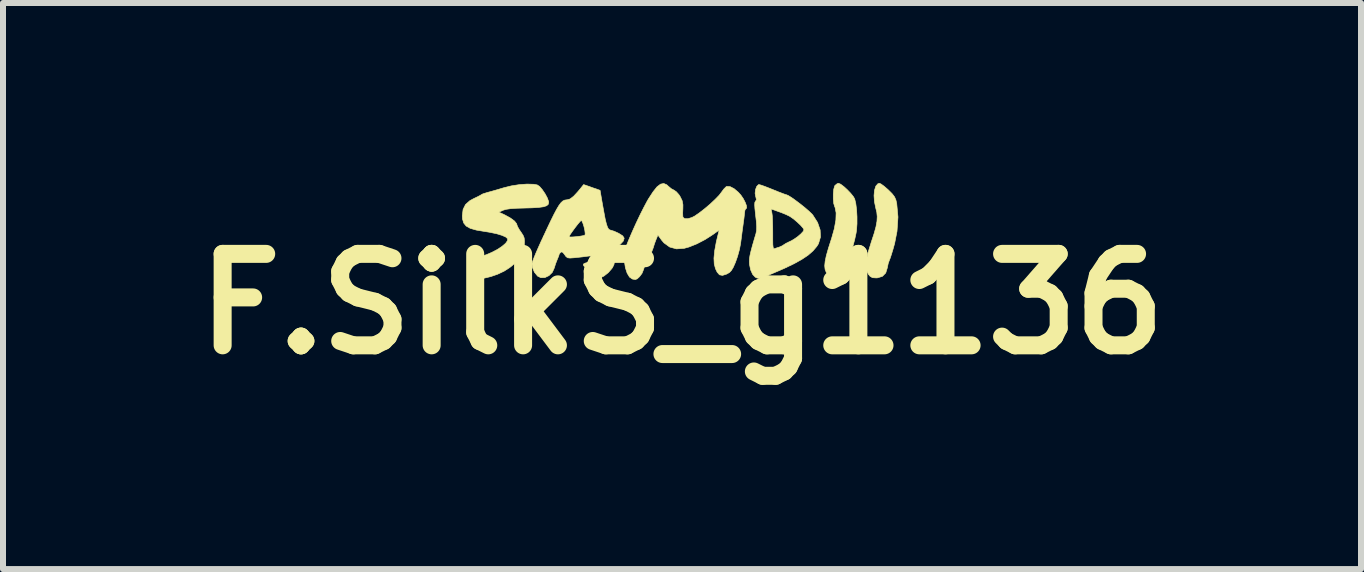
<source format=kicad_pcb>
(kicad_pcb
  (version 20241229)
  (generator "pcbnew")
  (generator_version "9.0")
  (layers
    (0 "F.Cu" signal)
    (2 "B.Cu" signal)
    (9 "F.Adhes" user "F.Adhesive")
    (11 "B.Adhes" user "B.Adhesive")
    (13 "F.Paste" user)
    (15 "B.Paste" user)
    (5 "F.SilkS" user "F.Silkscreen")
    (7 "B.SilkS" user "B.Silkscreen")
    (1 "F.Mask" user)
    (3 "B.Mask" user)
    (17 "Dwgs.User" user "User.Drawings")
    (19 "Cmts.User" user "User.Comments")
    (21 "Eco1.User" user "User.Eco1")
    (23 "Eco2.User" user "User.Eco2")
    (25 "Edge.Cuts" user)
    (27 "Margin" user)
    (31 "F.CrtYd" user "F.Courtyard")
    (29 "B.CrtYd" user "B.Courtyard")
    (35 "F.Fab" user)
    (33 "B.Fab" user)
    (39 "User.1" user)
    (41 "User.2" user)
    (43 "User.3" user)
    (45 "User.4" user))
  (footprint "F.SilkS_g1136"
    (layer "F.Cu")
    (at 8.317 2.016)
    (property "Reference" "F.SilkS_g1136" (at 0 0 0) (layer "F.SilkS") (effects (font (size 1.524 1.524) (thickness 0.3))))
    (attr through_hole)
    (fp_poly (pts (xy 3.32 -1.997) (xy 3.369 -1.961) (xy 3.429 -1.909) (xy 3.439 -1.9) (xy 3.502 -1.837) (xy 3.541 -1.786) (xy 3.564 -1.735) (xy 3.578 -1.675) (xy 3.599 -1.449) (xy 3.583 -1.211) (xy 3.543 -1.007) (xy 3.516 -0.911) (xy 3.49 -0.826) (xy 3.469 -0.762) (xy 3.459 -0.738) (xy 3.437 -0.678) (xy 3.422 -0.607) (xy 3.422 -0.604) (xy 3.395 -0.517) (xy 3.339 -0.46) (xy 3.256 -0.435) (xy 3.237 -0.434) (xy 3.175 -0.438) (xy 3.135 -0.46) (xy 3.106 -0.495) (xy 3.076 -0.556) (xy 3.064 -0.632) (xy 3.072 -0.73) (xy 3.099 -0.853) (xy 3.147 -1.008) (xy 3.152 -1.025) (xy 3.2 -1.17) (xy 3.232 -1.285) (xy 3.249 -1.378) (xy 3.253 -1.456) (xy 3.246 -1.529) (xy 3.229 -1.597) (xy 3.207 -1.704) (xy 3.2 -1.806) (xy 3.208 -1.895) (xy 3.23 -1.964) (xy 3.265 -2.004) (xy 3.292 -2.011) (xy 3.32 -1.997)) (stroke (width 0.01) (type solid)) (fill yes) (layer "F.SilkS"))
    (fp_poly (pts (xy 2.644 -1.996) (xy 2.697 -1.956) (xy 2.756 -1.902) (xy 2.812 -1.843) (xy 2.857 -1.787) (xy 2.878 -1.749) (xy 2.896 -1.674) (xy 2.909 -1.571) (xy 2.916 -1.453) (xy 2.916 -1.335) (xy 2.908 -1.229) (xy 2.901 -1.182) (xy 2.878 -1.075) (xy 2.848 -0.961) (xy 2.816 -0.852) (xy 2.785 -0.76) (xy 2.759 -0.7) (xy 2.737 -0.64) (xy 2.73 -0.593) (xy 2.717 -0.537) (xy 2.689 -0.487) (xy 2.635 -0.447) (xy 2.564 -0.431) (xy 2.492 -0.442) (xy 2.436 -0.478) (xy 2.434 -0.481) (xy 2.403 -0.528) (xy 2.384 -0.577) (xy 2.378 -0.636) (xy 2.385 -0.71) (xy 2.405 -0.806) (xy 2.44 -0.929) (xy 2.49 -1.085) (xy 2.492 -1.09) (xy 2.538 -1.254) (xy 2.564 -1.398) (xy 2.568 -1.518) (xy 2.551 -1.607) (xy 2.543 -1.625) (xy 2.528 -1.676) (xy 2.521 -1.751) (xy 2.521 -1.834) (xy 2.528 -1.91) (xy 2.543 -1.964) (xy 2.548 -1.974) (xy 2.585 -2.004) (xy 2.609 -2.011) (xy 2.644 -1.996)) (stroke (width 0.01) (type solid)) (fill yes) (layer "F.SilkS"))
    (fp_poly (pts (xy -2.475 -1.995) (xy -2.413 -1.984) (xy -2.374 -1.958) (xy -2.328 -1.904) (xy -2.282 -1.836) (xy -2.245 -1.767) (xy -2.224 -1.709) (xy -2.223 -1.692) (xy -2.23 -1.66) (xy -2.257 -1.637) (xy -2.308 -1.62) (xy -2.388 -1.609) (xy -2.501 -1.602) (xy -2.612 -1.599) (xy -2.754 -1.595) (xy -2.859 -1.588) (xy -2.934 -1.577) (xy -2.982 -1.562) (xy -3.053 -1.53) (xy -2.95 -1.482) (xy -2.858 -1.431) (xy -2.791 -1.381) (xy -2.756 -1.336) (xy -2.752 -1.319) (xy -2.74 -1.287) (xy -2.71 -1.235) (xy -2.686 -1.201) (xy -2.65 -1.146) (xy -2.631 -1.1) (xy -2.626 -1.043) (xy -2.629 -0.98) (xy -2.644 -0.883) (xy -2.68 -0.8) (xy -2.741 -0.72) (xy -2.835 -0.636) (xy -2.869 -0.609) (xy -2.965 -0.547) (xy -3.073 -0.496) (xy -3.185 -0.457) (xy -3.293 -0.431) (xy -3.391 -0.42) (xy -3.47 -0.427) (xy -3.523 -0.451) (xy -3.536 -0.467) (xy -3.556 -0.527) (xy -3.567 -0.603) (xy -3.568 -0.679) (xy -3.558 -0.736) (xy -3.555 -0.743) (xy -3.53 -0.769) (xy -3.483 -0.781) (xy -3.432 -0.783) (xy -3.354 -0.793) (xy -3.264 -0.82) (xy -3.17 -0.86) (xy -3.08 -0.907) (xy -3.001 -0.959) (xy -2.941 -1.01) (xy -2.908 -1.056) (xy -2.906 -1.087) (xy -2.937 -1.115) (xy -3.002 -1.144) (xy -3.097 -1.172) (xy -3.213 -1.196) (xy -3.289 -1.208) (xy -3.427 -1.231) (xy -3.529 -1.26) (xy -3.598 -1.299) (xy -3.639 -1.35) (xy -3.659 -1.417) (xy -3.662 -1.469) (xy -3.649 -1.576) (xy -3.608 -1.658) (xy -3.534 -1.723) (xy -3.47 -1.757) (xy -3.407 -1.787) (xy -3.361 -1.811) (xy -3.344 -1.822) (xy -3.319 -1.835) (xy -3.268 -1.851) (xy -3.249 -1.857) (xy -3.19 -1.873) (xy -3.105 -1.897) (xy -3.01 -1.925) (xy -2.974 -1.936) (xy -2.845 -1.968) (xy -2.711 -1.989) (xy -2.584 -1.998) (xy -2.475 -1.995)) (stroke (width 0.01) (type solid)) (fill yes) (layer "F.SilkS"))
    (fp_poly (pts (xy 1.314 -1.982) (xy 1.374 -1.961) (xy 1.454 -1.93) (xy 1.516 -1.905) (xy 1.602 -1.87) (xy 1.675 -1.842) (xy 1.724 -1.824) (xy 1.74 -1.82) (xy 1.771 -1.807) (xy 1.826 -1.773) (xy 1.896 -1.723) (xy 1.973 -1.665) (xy 2.049 -1.604) (xy 2.116 -1.546) (xy 2.165 -1.499) (xy 2.179 -1.483) (xy 2.259 -1.358) (xy 2.302 -1.233) (xy 2.307 -1.114) (xy 2.274 -1.004) (xy 2.246 -0.959) (xy 2.183 -0.885) (xy 2.102 -0.814) (xy 1.998 -0.744) (xy 1.867 -0.671) (xy 1.704 -0.593) (xy 1.526 -0.516) (xy 1.424 -0.473) (xy 1.353 -0.446) (xy 1.305 -0.431) (xy 1.271 -0.428) (xy 1.245 -0.434) (xy 1.22 -0.447) (xy 1.177 -0.493) (xy 1.143 -0.569) (xy 1.124 -0.661) (xy 1.122 -0.706) (xy 1.124 -0.753) (xy 1.132 -0.807) (xy 1.148 -0.877) (xy 1.172 -0.968) (xy 1.207 -1.089) (xy 1.231 -1.169) (xy 1.242 -1.221) (xy 1.244 -1.288) (xy 1.238 -1.38) (xy 1.227 -1.472) (xy 1.216 -1.578) (xy 1.215 -1.584) (xy 1.483 -1.584) (xy 1.498 -1.517) (xy 1.504 -1.47) (xy 1.508 -1.392) (xy 1.511 -1.293) (xy 1.512 -1.184) (xy 1.512 -1.179) (xy 1.512 -1.068) (xy 1.513 -0.992) (xy 1.518 -0.946) (xy 1.525 -0.925) (xy 1.537 -0.92) (xy 1.544 -0.922) (xy 1.593 -0.94) (xy 1.619 -0.947) (xy 1.671 -0.97) (xy 1.693 -0.985) (xy 1.734 -1.011) (xy 1.791 -1.039) (xy 1.801 -1.043) (xy 1.86 -1.075) (xy 1.924 -1.119) (xy 1.98 -1.167) (xy 2.02 -1.21) (xy 2.032 -1.236) (xy 2.017 -1.265) (xy 1.977 -1.311) (xy 1.921 -1.364) (xy 1.861 -1.415) (xy 1.804 -1.455) (xy 1.789 -1.464) (xy 1.733 -1.491) (xy 1.657 -1.522) (xy 1.604 -1.541) (xy 1.483 -1.584) (xy 1.215 -1.584) (xy 1.211 -1.649) (xy 1.213 -1.691) (xy 1.223 -1.711) (xy 1.225 -1.713) (xy 1.24 -1.737) (xy 1.23 -1.783) (xy 1.228 -1.788) (xy 1.218 -1.845) (xy 1.225 -1.907) (xy 1.245 -1.959) (xy 1.273 -1.988) (xy 1.282 -1.99) (xy 1.314 -1.982)) (stroke (width 0.01) (type solid)) (fill yes) (layer "F.SilkS"))
    (fp_poly (pts (xy -0.254 -1.986) (xy -0.227 -1.961) (xy -0.178 -1.92) (xy -0.132 -1.896) (xy -0.094 -1.869) (xy -0.05 -1.819) (xy -0.032 -1.791) (xy 0.002 -1.722) (xy 0.015 -1.654) (xy 0.014 -1.586) (xy 0.011 -1.517) (xy 0.013 -1.463) (xy 0.016 -1.445) (xy 0.044 -1.422) (xy 0.098 -1.421) (xy 0.164 -1.441) (xy 0.209 -1.464) (xy 0.288 -1.518) (xy 0.377 -1.587) (xy 0.469 -1.665) (xy 0.552 -1.743) (xy 0.619 -1.812) (xy 0.657 -1.862) (xy 0.696 -1.915) (xy 0.733 -1.952) (xy 0.745 -1.959) (xy 0.8 -1.956) (xy 0.867 -1.922) (xy 0.939 -1.861) (xy 0.98 -1.815) (xy 1.02 -1.757) (xy 1.052 -1.695) (xy 1.073 -1.64) (xy 1.077 -1.6) (xy 1.065 -1.587) (xy 1.05 -1.569) (xy 1.045 -1.54) (xy 1.04 -1.497) (xy 1.032 -1.425) (xy 1.02 -1.34) (xy 1.018 -1.323) (xy 1.003 -1.215) (xy 0.988 -1.098) (xy 0.975 -1.002) (xy 0.956 -0.904) (xy 0.925 -0.792) (xy 0.89 -0.693) (xy 0.854 -0.611) (xy 0.823 -0.559) (xy 0.791 -0.525) (xy 0.749 -0.501) (xy 0.741 -0.497) (xy 0.674 -0.476) (xy 0.624 -0.486) (xy 0.585 -0.531) (xy 0.558 -0.587) (xy 0.537 -0.665) (xy 0.532 -0.763) (xy 0.544 -0.886) (xy 0.572 -1.039) (xy 0.604 -1.171) (xy 0.619 -1.232) (xy 0.516 -1.158) (xy 0.385 -1.074) (xy 0.247 -1.002) (xy 0.115 -0.949) (xy 0.035 -0.927) (xy -0.093 -0.918) (xy -0.206 -0.949) (xy -0.301 -1.018) (xy -0.34 -1.064) (xy -0.402 -1.149) (xy -0.432 -1.076) (xy -0.458 -1.007) (xy -0.478 -0.943) (xy -0.478 -0.941) (xy -0.503 -0.876) (xy -0.532 -0.828) (xy -0.561 -0.775) (xy -0.572 -0.73) (xy -0.584 -0.681) (xy -0.601 -0.658) (xy -0.626 -0.621) (xy -0.643 -0.57) (xy -0.667 -0.51) (xy -0.708 -0.455) (xy -0.747 -0.419) (xy -0.778 -0.407) (xy -0.821 -0.414) (xy -0.831 -0.417) (xy -0.876 -0.449) (xy -0.915 -0.514) (xy -0.944 -0.603) (xy -0.96 -0.707) (xy -0.961 -0.751) (xy -0.961 -0.809) (xy -0.957 -0.859) (xy -0.946 -0.911) (xy -0.926 -0.973) (xy -0.895 -1.052) (xy -0.85 -1.157) (xy -0.819 -1.228) (xy -0.761 -1.356) (xy -0.698 -1.488) (xy -0.636 -1.611) (xy -0.581 -1.714) (xy -0.561 -1.749) (xy -0.483 -1.869) (xy -0.417 -1.952) (xy -0.358 -1.997) (xy -0.305 -2.008) (xy -0.254 -1.986)) (stroke (width 0.01) (type solid)) (fill yes) (layer "F.SilkS"))
    (fp_poly (pts (xy -1.503 -1.942) (xy -1.366 -1.894) (xy -1.328 -1.672) (xy -1.301 -1.524) (xy -1.28 -1.412) (xy -1.26 -1.332) (xy -1.242 -1.279) (xy -1.224 -1.248) (xy -1.204 -1.234) (xy -1.196 -1.232) (xy -1.131 -1.212) (xy -1.055 -1.177) (xy -0.99 -1.136) (xy -0.988 -1.134) (xy -0.964 -1.096) (xy -0.979 -1.048) (xy -1.035 -0.989) (xy -1.067 -0.963) (xy -1.107 -0.93) (xy -1.128 -0.899) (xy -1.133 -0.857) (xy -1.128 -0.788) (xy -1.128 -0.788) (xy -1.125 -0.711) (xy -1.134 -0.657) (xy -1.158 -0.608) (xy -1.168 -0.593) (xy -1.229 -0.522) (xy -1.302 -0.465) (xy -1.373 -0.43) (xy -1.411 -0.423) (xy -1.464 -0.434) (xy -1.515 -0.459) (xy -1.551 -0.491) (xy -1.558 -0.519) (xy -1.565 -0.551) (xy -1.596 -0.591) (xy -1.6 -0.594) (xy -1.64 -0.638) (xy -1.645 -0.664) (xy -1.614 -0.681) (xy -1.587 -0.688) (xy -1.529 -0.716) (xy -1.49 -0.761) (xy -1.482 -0.795) (xy -1.5 -0.801) (xy -1.548 -0.799) (xy -1.582 -0.795) (xy -1.666 -0.784) (xy -1.761 -0.774) (xy -1.799 -0.77) (xy -1.867 -0.765) (xy -1.907 -0.77) (xy -1.934 -0.79) (xy -1.956 -0.821) (xy -1.988 -0.861) (xy -2.013 -0.867) (xy -2.023 -0.86) (xy -2.045 -0.834) (xy -2.048 -0.826) (xy -2.055 -0.801) (xy -2.074 -0.754) (xy -2.08 -0.74) (xy -2.107 -0.671) (xy -2.127 -0.607) (xy -2.128 -0.602) (xy -2.162 -0.527) (xy -2.218 -0.472) (xy -2.285 -0.44) (xy -2.353 -0.438) (xy -2.407 -0.464) (xy -2.461 -0.53) (xy -2.495 -0.614) (xy -2.501 -0.672) (xy -2.491 -0.707) (xy -2.467 -0.772) (xy -2.43 -0.861) (xy -2.384 -0.965) (xy -2.349 -1.043) (xy -2.312 -1.121) (xy -1.883 -1.121) (xy -1.865 -1.116) (xy -1.818 -1.117) (xy -1.757 -1.122) (xy -1.694 -1.13) (xy -1.644 -1.139) (xy -1.618 -1.147) (xy -1.614 -1.175) (xy -1.62 -1.225) (xy -1.633 -1.285) (xy -1.651 -1.342) (xy -1.668 -1.381) (xy -1.681 -1.391) (xy -1.702 -1.372) (xy -1.739 -1.328) (xy -1.783 -1.271) (xy -1.827 -1.211) (xy -1.863 -1.159) (xy -1.882 -1.126) (xy -1.883 -1.121) (xy -2.312 -1.121) (xy -2.264 -1.225) (xy -2.194 -1.373) (xy -2.137 -1.489) (xy -2.09 -1.578) (xy -2.051 -1.643) (xy -2.018 -1.687) (xy -1.988 -1.715) (xy -1.959 -1.73) (xy -1.929 -1.735) (xy -1.914 -1.736) (xy -1.866 -1.75) (xy -1.807 -1.795) (xy -1.735 -1.873) (xy -1.704 -1.91) (xy -1.64 -1.99) (xy -1.503 -1.942)) (stroke (width 0.01) (type solid)) (fill yes) (layer "F.SilkS")))
  (gr_rect
    (start -3 -3)
    (end 19.633 6.434)
    (stroke (width 0.1) (type default))
    (fill no)
    (layer "Edge.Cuts")))
</source>
